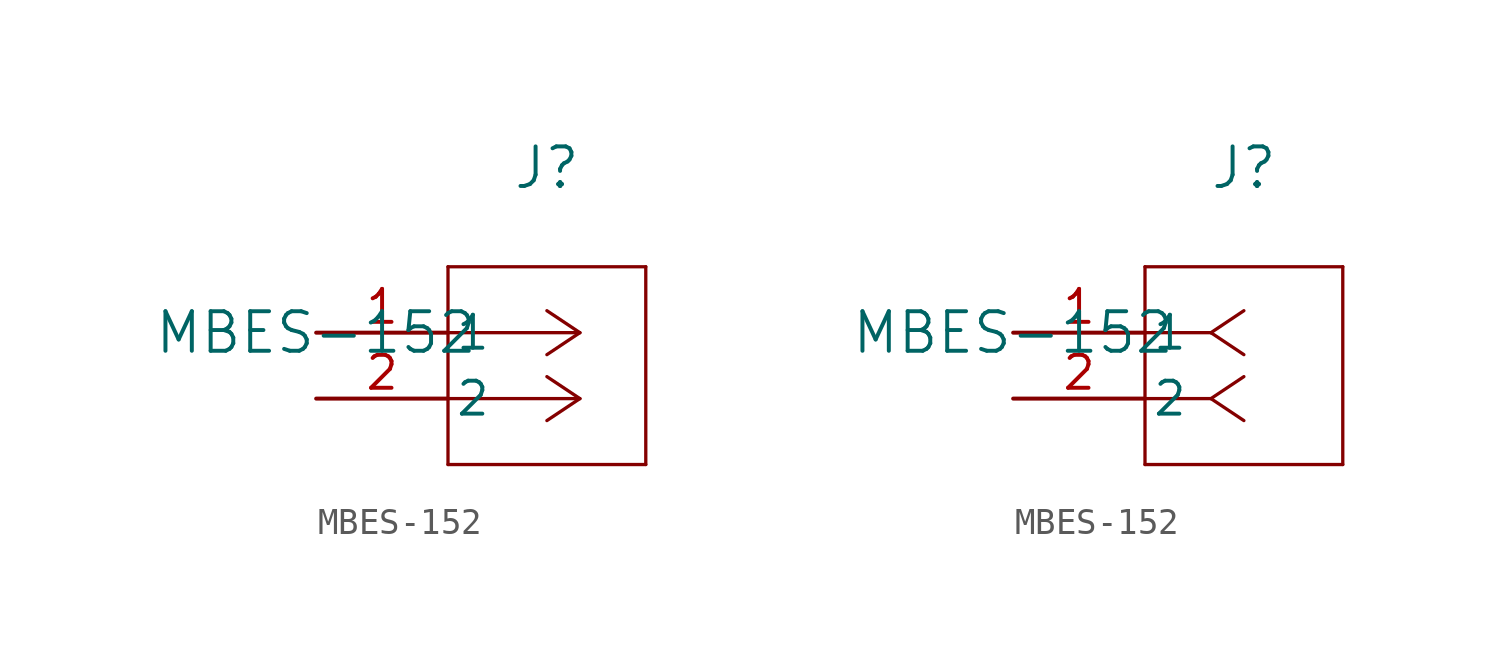
<source format=kicad_sym>
(kicad_symbol_lib
  (version 20211014)
  (generator kicad_symbol_editor)
  (symbol "MBES-152"
    (pin_names
      (offset 0.254))
    (property "Reference" "J"
      (at 8.89 6.35 0)
      (effects (font (size 1.524 1.524))))
    (property "Value" "MBES-152"
      (at 0 0 0)
      (effects (font (size 1.524 1.524))))
    (symbol "MBES-152_1_1"
      (polyline (pts (xy 10.16 0) (xy 5.08 0)) (stroke (width 0.127) (type default) (color 0 0 0 0)) (fill (type none)))
      (polyline (pts (xy 10.16 -2.54) (xy 5.08 -2.54)) (stroke (width 0.127) (type default) (color 0 0 0 0)) (fill (type none)))
      (polyline (pts (xy 10.16 0) (xy 8.89 0.847)) (stroke (width 0.127) (type default) (color 0 0 0 0)) (fill (type none)))
      (polyline (pts (xy 10.16 -2.54) (xy 8.89 -1.693)) (stroke (width 0.127) (type default) (color 0 0 0 0)) (fill (type none)))
      (polyline (pts (xy 10.16 0) (xy 8.89 -0.847)) (stroke (width 0.127) (type default) (color 0 0 0 0)) (fill (type none)))
      (polyline (pts (xy 10.16 -2.54) (xy 8.89 -3.387)) (stroke (width 0.127) (type default) (color 0 0 0 0)) (fill (type none)))
      (polyline (pts (xy 5.08 2.54) (xy 5.08 -5.08)) (stroke (width 0.127) (type default) (color 0 0 0 0)) (fill (type none)))
      (polyline (pts (xy 5.08 -5.08) (xy 12.7 -5.08)) (stroke (width 0.127) (type default) (color 0 0 0 0)) (fill (type none)))
      (polyline (pts (xy 12.7 -5.08) (xy 12.7 2.54)) (stroke (width 0.127) (type default) (color 0 0 0 0)) (fill (type none)))
      (polyline (pts (xy 12.7 2.54) (xy 5.08 2.54)) (stroke (width 0.127) (type default) (color 0 0 0 0)) (fill (type none)))
      (pin unspecified line (at 0 0 0) (length 5.08) (name "1" (effects (font (size 1.27 1.27)))) (number "1" (effects (font (size 1.27 1.27)))))
      (pin unspecified line (at 0 -2.54 0) (length 5.08) (name "2" (effects (font (size 1.27 1.27)))) (number "2" (effects (font (size 1.27 1.27))))))
    (symbol "MBES-152_1_2"
      (polyline (pts (xy 7.62 0) (xy 5.08 0)) (stroke (width 0.127) (type default) (color 0 0 0 0)) (fill (type none)))
      (polyline (pts (xy 7.62 -2.54) (xy 5.08 -2.54)) (stroke (width 0.127) (type default) (color 0 0 0 0)) (fill (type none)))
      (polyline (pts (xy 7.62 0) (xy 8.89 0.847)) (stroke (width 0.127) (type default) (color 0 0 0 0)) (fill (type none)))
      (polyline (pts (xy 7.62 -2.54) (xy 8.89 -1.693)) (stroke (width 0.127) (type default) (color 0 0 0 0)) (fill (type none)))
      (polyline (pts (xy 7.62 0) (xy 8.89 -0.847)) (stroke (width 0.127) (type default) (color 0 0 0 0)) (fill (type none)))
      (polyline (pts (xy 7.62 -2.54) (xy 8.89 -3.387)) (stroke (width 0.127) (type default) (color 0 0 0 0)) (fill (type none)))
      (polyline (pts (xy 5.08 2.54) (xy 5.08 -5.08)) (stroke (width 0.127) (type default) (color 0 0 0 0)) (fill (type none)))
      (polyline (pts (xy 5.08 -5.08) (xy 12.7 -5.08)) (stroke (width 0.127) (type default) (color 0 0 0 0)) (fill (type none)))
      (polyline (pts (xy 12.7 -5.08) (xy 12.7 2.54)) (stroke (width 0.127) (type default) (color 0 0 0 0)) (fill (type none)))
      (polyline (pts (xy 12.7 2.54) (xy 5.08 2.54)) (stroke (width 0.127) (type default) (color 0 0 0 0)) (fill (type none)))
      (pin unspecified line (at 0 0 0) (length 5.08) (name "1" (effects (font (size 1.27 1.27)))) (number "1" (effects (font (size 1.27 1.27)))))
      (pin unspecified line (at 0 -2.54 0) (length 5.08) (name "2" (effects (font (size 1.27 1.27)))) (number "2" (effects (font (size 1.27 1.27))))))))
</source>
